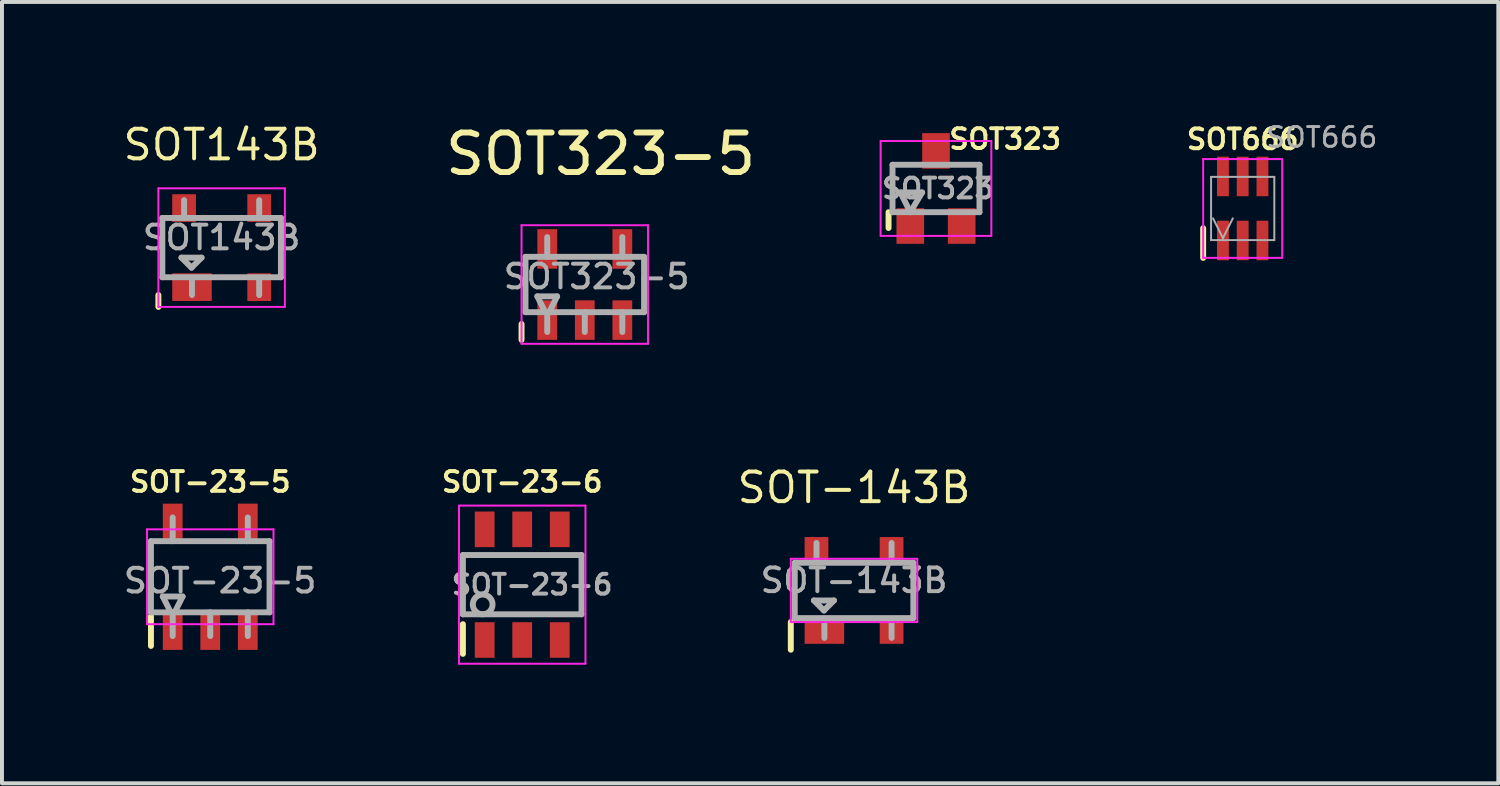
<source format=kicad_pcb>
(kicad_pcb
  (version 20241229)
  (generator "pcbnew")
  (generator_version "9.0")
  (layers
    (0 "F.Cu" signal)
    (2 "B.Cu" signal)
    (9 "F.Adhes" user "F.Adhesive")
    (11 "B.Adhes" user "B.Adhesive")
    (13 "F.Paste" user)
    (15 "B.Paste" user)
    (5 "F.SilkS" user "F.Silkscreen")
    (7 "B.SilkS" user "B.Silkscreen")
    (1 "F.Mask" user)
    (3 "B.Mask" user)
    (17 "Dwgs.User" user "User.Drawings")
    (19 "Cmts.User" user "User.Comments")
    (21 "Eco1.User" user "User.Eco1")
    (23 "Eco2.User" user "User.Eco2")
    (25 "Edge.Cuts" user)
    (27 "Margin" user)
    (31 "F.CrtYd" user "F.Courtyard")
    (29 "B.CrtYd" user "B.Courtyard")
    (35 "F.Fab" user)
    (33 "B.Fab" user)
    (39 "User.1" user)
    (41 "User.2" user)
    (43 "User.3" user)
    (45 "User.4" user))
  (footprint "SOT-23-6"
    (layer "F.Cu")
    (at 10.161 11.741)
    (property "Reference" "SOT-23-6" (at 0 -2.6 0) (layer "F.SilkS") (effects (font (size 0.5 0.5) (thickness 0.1))))
    (attr smd)
    (fp_line (start -1.5 1) (end -1.5 1.75) (stroke (width 0.15) (type solid)) (layer "F.SilkS"))
    (fp_line (start -1.6 -2) (end -1.6 2) (stroke (width 0.05) (type solid)) (layer "F.CrtYd"))
    (fp_line (start -1.6 -2) (end 1.6 -2) (stroke (width 0.05) (type solid)) (layer "F.CrtYd"))
    (fp_line (start -1.6 2) (end 1.6 2) (stroke (width 0.05) (type solid)) (layer "F.CrtYd"))
    (fp_line (start 1.6 -2) (end 1.6 2) (stroke (width 0.05) (type solid)) (layer "F.CrtYd"))
    (fp_line (start -1.5 -0.75) (end -1.5 0.75) (stroke (width 0.15) (type solid)) (layer "F.Fab"))
    (fp_line (start -1.5 0.75) (end 1.5 0.75) (stroke (width 0.15) (type solid)) (layer "F.Fab"))
    (fp_line (start 1.5 -0.75) (end -1.5 -0.75) (stroke (width 0.15) (type solid)) (layer "F.Fab"))
    (fp_line (start 1.5 0.75) (end 1.5 -0.75) (stroke (width 0.15) (type solid)) (layer "F.Fab"))
    (fp_circle (center -1 0.5) (end -1 0.25) (stroke (width 0.15) (type solid)) (fill no) (layer "F.Fab"))
    (fp_text user "${REFERENCE}" (at 0.25 0 0) (layer "F.Fab") (effects (font (size 0.5 0.5) (thickness 0.1))))
    (pad "1" smd rect (at -0.95 1.4) (size 0.5 0.9) (layers "F.Cu" "F.Mask" "F.Paste"))
    (pad "2" smd rect (at 0 1.4) (size 0.5 0.9) (layers "F.Cu" "F.Mask" "F.Paste"))
    (pad "3" smd rect (at 0.95 1.4) (size 0.5 0.9) (layers "F.Cu" "F.Mask" "F.Paste"))
    (pad "4" smd rect (at 0.95 -1.4) (size 0.5 0.9) (layers "F.Cu" "F.Mask" "F.Paste"))
    (pad "5" smd rect (at 0 -1.4) (size 0.5 0.9) (layers "F.Cu" "F.Mask" "F.Paste"))
    (pad "6" smd rect (at -0.95 -1.4) (size 0.5 0.9) (layers "F.Cu" "F.Mask" "F.Paste")))
  (footprint "SOT323-5"
    (layer "F.Cu")
    (at 11.744 4.148)
    (property "Reference" "SOT323-5" (at 0.4 -3.3 180) (layer "F.SilkS") (effects (font (size 1 1) (thickness 0.15))))
    (attr smd)
    (fp_line (start -1.6 1) (end -1.6 1.4) (stroke (width 0.15) (type solid)) (layer "F.SilkS"))
    (fp_line (start -1.6 -1.5) (end -1.6 1.5) (stroke (width 0.05) (type solid)) (layer "F.CrtYd"))
    (fp_line (start -1.6 -1.5) (end 1.6 -1.5) (stroke (width 0.05) (type solid)) (layer "F.CrtYd"))
    (fp_line (start -1.6 1.5) (end 1.6 1.5) (stroke (width 0.05) (type solid)) (layer "F.CrtYd"))
    (fp_line (start 1.6 -1.5) (end 1.6 1.5) (stroke (width 0.05) (type solid)) (layer "F.CrtYd"))
    (fp_line (start -1.5 -0.7) (end -1.5 0.7) (stroke (width 0.15) (type solid)) (layer "F.Fab"))
    (fp_line (start -1.5 0.7) (end 1.5 0.7) (stroke (width 0.15) (type solid)) (layer "F.Fab"))
    (fp_line (start -1.2 0.3) (end -0.7 0.3) (stroke (width 0.15) (type solid)) (layer "F.Fab"))
    (fp_line (start -1 0.7) (end -1.2 0.3) (stroke (width 0.15) (type solid)) (layer "F.Fab"))
    (fp_line (start -0.95 -1.2) (end -0.95 -0.7) (stroke (width 0.15) (type solid)) (layer "F.Fab"))
    (fp_line (start -0.95 1.2) (end -0.95 0.7) (stroke (width 0.15) (type solid)) (layer "F.Fab"))
    (fp_line (start -0.7 0.3) (end -0.9 0.7) (stroke (width 0.15) (type solid)) (layer "F.Fab"))
    (fp_line (start 0 1.2) (end 0 0.7) (stroke (width 0.15) (type solid)) (layer "F.Fab"))
    (fp_line (start 0.95 -1.2) (end 0.95 -0.7) (stroke (width 0.15) (type solid)) (layer "F.Fab"))
    (fp_line (start 0.95 1.2) (end 0.95 0.7) (stroke (width 0.15) (type solid)) (layer "F.Fab"))
    (fp_line (start 1.5 -0.7) (end -1.5 -0.7) (stroke (width 0.15) (type solid)) (layer "F.Fab"))
    (fp_line (start 1.5 0.7) (end 1.5 -0.7) (stroke (width 0.15) (type solid)) (layer "F.Fab"))
    (fp_text user "${REFERENCE}" (at 0.3 -0.2 0) (layer "F.Fab") (effects (font (size 0.6 0.6) (thickness 0.1))))
    (pad "1" smd rect (at -0.95 0.9) (size 0.5 1) (layers "F.Cu" "F.Mask" "F.Paste"))
    (pad "2" smd rect (at 0 0.9) (size 0.5 1) (layers "F.Cu" "F.Mask" "F.Paste"))
    (pad "3" smd rect (at 0.95 0.9) (size 0.5 1) (layers "F.Cu" "F.Mask" "F.Paste"))
    (pad "4" smd rect (at 0.95 -0.9) (size 0.5 1) (layers "F.Cu" "F.Mask" "F.Paste"))
    (pad "5" smd rect (at -0.95 -0.9) (size 0.5 1) (layers "F.Cu" "F.Mask" "F.Paste")))
  (footprint "SOT-143B"
    (layer "F.Cu")
    (at 18.556 11.887)
    (property "Reference" "SOT-143B" (at 0 -2.6 0) (layer "F.SilkS") (effects (font (size 0.75 0.75) (thickness 0.1))))
    (attr smd)
    (fp_line (start -1.6 0.8) (end -1.6 1.5) (stroke (width 0.15) (type solid)) (layer "F.SilkS"))
    (fp_line (start -1.6 -0.8) (end -1.6 0.8) (stroke (width 0.05) (type solid)) (layer "F.CrtYd"))
    (fp_line (start -1.6 -0.8) (end 1.6 -0.8) (stroke (width 0.05) (type solid)) (layer "F.CrtYd"))
    (fp_line (start -1.6 0.8) (end 1.6 0.8) (stroke (width 0.05) (type solid)) (layer "F.CrtYd"))
    (fp_line (start 1.6 -0.8) (end 1.6 0.8) (stroke (width 0.05) (type solid)) (layer "F.CrtYd"))
    (fp_line (start -1.5 -0.7) (end -1.5 0.7) (stroke (width 0.15) (type solid)) (layer "F.Fab"))
    (fp_line (start -1.5 0.7) (end 1.5 0.7) (stroke (width 0.15) (type solid)) (layer "F.Fab"))
    (fp_line (start -1.016 0.254) (end -0.762 0.508) (stroke (width 0.15) (type solid)) (layer "F.Fab"))
    (fp_line (start -0.95 -1.2) (end -0.95 -0.762) (stroke (width 0.15) (type solid)) (layer "F.Fab"))
    (fp_line (start -0.762 0.508) (end -0.508 0.254) (stroke (width 0.15) (type solid)) (layer "F.Fab"))
    (fp_line (start -0.75 1.2) (end -0.75 0.762) (stroke (width 0.15) (type solid)) (layer "F.Fab"))
    (fp_line (start -0.508 0.254) (end -1.016 0.254) (stroke (width 0.15) (type solid)) (layer "F.Fab"))
    (fp_line (start 0.95 -1.2) (end 0.95 -0.762) (stroke (width 0.15) (type solid)) (layer "F.Fab"))
    (fp_line (start 0.95 1.2) (end 0.95 0.762) (stroke (width 0.15) (type solid)) (layer "F.Fab"))
    (fp_line (start 1.5 -0.7) (end -1.5 -0.7) (stroke (width 0.15) (type solid)) (layer "F.Fab"))
    (fp_line (start 1.5 0.7) (end 1.5 -0.7) (stroke (width 0.15) (type solid)) (layer "F.Fab"))
    (fp_text user "${REFERENCE}" (at 0 -0.254 0) (layer "F.Fab") (effects (font (size 0.6 0.6) (thickness 0.1))))
    (pad "1" smd rect (at -0.75 1) (size 1 0.7) (layers "F.Cu" "F.Mask" "F.Paste"))
    (pad "2" smd rect (at 0.95 1) (size 0.6 0.7) (layers "F.Cu" "F.Mask" "F.Paste"))
    (pad "3" smd rect (at 0.95 -1) (size 0.6 0.7) (layers "F.Cu" "F.Mask" "F.Paste"))
    (pad "4" smd rect (at -0.95 -1) (size 0.6 0.7) (layers "F.Cu" "F.Mask" "F.Paste")))
  (footprint "SOT666"
    (layer "F.Cu")
    (at 28.388 2.224)
    (property "Reference" "SOT666" (at 0 -1.75 0) (layer "F.SilkS") (effects (font (size 0.5 0.5) (thickness 0.1))))
    (attr smd)
    (fp_line (start -1 1.25) (end -1 0.5) (stroke (width 0.15) (type solid)) (layer "F.SilkS"))
    (fp_line (start -1 -1.25) (end 1 -1.25) (stroke (width 0.05) (type solid)) (layer "F.CrtYd"))
    (fp_line (start -1 1.25) (end -1 -1.25) (stroke (width 0.05) (type solid)) (layer "F.CrtYd"))
    (fp_line (start 1 -1.25) (end 1 1.25) (stroke (width 0.05) (type solid)) (layer "F.CrtYd"))
    (fp_line (start 1 1.25) (end -1 1.25) (stroke (width 0.05) (type solid)) (layer "F.CrtYd"))
    (fp_line (start -0.8 -0.8) (end 0.8 -0.8) (stroke (width 0.05) (type solid)) (layer "F.Fab"))
    (fp_line (start -0.8 0.8) (end -0.8 -0.8) (stroke (width 0.05) (type solid)) (layer "F.Fab"))
    (fp_line (start -0.75 0.25) (end -0.5 0.75) (stroke (width 0.05) (type solid)) (layer "F.Fab"))
    (fp_line (start -0.5 0.75) (end -0.25 0.25) (stroke (width 0.05) (type solid)) (layer "F.Fab"))
    (fp_line (start 0.8 -0.8) (end 0.8 0.8) (stroke (width 0.05) (type solid)) (layer "F.Fab"))
    (fp_line (start 0.8 0.8) (end -0.8 0.8) (stroke (width 0.05) (type solid)) (layer "F.Fab"))
    (fp_text user "${REFERENCE}" (at 2 -1.8 0) (layer "F.Fab") (effects (font (size 0.5 0.5) (thickness 0.075))))
    (pad "1" smd rect (at -0.5 0.81) (size 0.3 1) (layers "F.Cu" "F.Mask" "F.Paste"))
    (pad "2" smd rect (at 0 0.81) (size 0.3 1) (layers "F.Cu" "F.Mask" "F.Paste"))
    (pad "3" smd rect (at 0.5 0.81) (size 0.3 1) (layers "F.Cu" "F.Mask" "F.Paste"))
    (pad "4" smd rect (at 0.5 -0.81) (size 0.3 1) (layers "F.Cu" "F.Mask" "F.Paste"))
    (pad "5" smd rect (at 0 -0.81) (size 0.3 1) (layers "F.Cu" "F.Mask" "F.Paste"))
    (pad "6" smd rect (at -0.5 -0.81) (size 0.3 1) (layers "F.Cu" "F.Mask" "F.Paste")))
  (footprint "SOT323"
    (layer "F.Cu")
    (at 20.629 1.718)
    (property "Reference" "SOT323" (at 1.75 -1.25 0) (layer "F.SilkS") (effects (font (size 0.5 0.5) (thickness 0.1))))
    (attr smd)
    (fp_line (start -1.2 0.6) (end -1.2 1) (stroke (width 0.15) (type solid)) (layer "F.SilkS"))
    (fp_line (start -1.4 -1.2) (end -1.4 1.2) (stroke (width 0.05) (type solid)) (layer "F.CrtYd"))
    (fp_line (start -1.4 -1.2) (end 1.4 -1.2) (stroke (width 0.05) (type solid)) (layer "F.CrtYd"))
    (fp_line (start -1.4 1.2) (end 1.4 1.2) (stroke (width 0.05) (type solid)) (layer "F.CrtYd"))
    (fp_line (start 1.4 -1.2) (end 1.4 1.2) (stroke (width 0.05) (type solid)) (layer "F.CrtYd"))
    (fp_line (start -1.1 -0.6) (end -1.1 0.6) (stroke (width 0.15) (type solid)) (layer "F.Fab"))
    (fp_line (start -1.1 0.6) (end 1.1 0.6) (stroke (width 0.15) (type solid)) (layer "F.Fab"))
    (fp_line (start -0.9 0.1) (end -0.35 0.1) (stroke (width 0.15) (type solid)) (layer "F.Fab"))
    (fp_line (start -0.65 0.6) (end -0.9 0.1) (stroke (width 0.15) (type solid)) (layer "F.Fab"))
    (fp_line (start -0.35 0.1) (end -0.65 0.6) (stroke (width 0.15) (type solid)) (layer "F.Fab"))
    (fp_line (start 1.1 -0.6) (end -1.1 -0.6) (stroke (width 0.15) (type solid)) (layer "F.Fab"))
    (fp_line (start 1.1 0.6) (end 1.1 -0.6) (stroke (width 0.15) (type solid)) (layer "F.Fab"))
    (fp_text user "${REFERENCE}" (at 0.05 0 0) (layer "F.Fab") (effects (font (size 0.5 0.5) (thickness 0.1))))
    (pad "1" smd rect (at -0.65 0.95) (size 0.7 0.9) (layers "F.Cu" "F.Mask" "F.Paste"))
    (pad "2" smd rect (at 0.65 0.95) (size 0.7 0.9) (layers "F.Cu" "F.Mask" "F.Paste"))
    (pad "3" smd rect (at 0 -0.95) (size 0.7 0.9) (layers "F.Cu" "F.Mask" "F.Paste")))
  (footprint "SOT-23-5"
    (layer "F.Cu")
    (at 2.269 11.541)
    (property "Reference" "SOT-23-5" (at 0 -2.4 0) (layer "F.SilkS") (effects (font (size 0.5 0.5) (thickness 0.1))))
    (attr smd)
    (fp_line (start -1.5 1) (end -1.5 1.75) (stroke (width 0.15) (type solid)) (layer "F.SilkS"))
    (fp_line (start -1.6 -1.2) (end -1.6 1.2) (stroke (width 0.05) (type solid)) (layer "F.CrtYd"))
    (fp_line (start -1.6 -1.2) (end 1.6 -1.2) (stroke (width 0.05) (type solid)) (layer "F.CrtYd"))
    (fp_line (start -1.6 1.2) (end 1.6 1.2) (stroke (width 0.05) (type solid)) (layer "F.CrtYd"))
    (fp_line (start 1.6 -1.2) (end 1.6 1.2) (stroke (width 0.05) (type solid)) (layer "F.CrtYd"))
    (fp_line (start -1.5 -0.9) (end -1.5 0.9) (stroke (width 0.15) (type solid)) (layer "F.Fab"))
    (fp_line (start -1.5 0.9) (end 1.5 0.9) (stroke (width 0.15) (type solid)) (layer "F.Fab"))
    (fp_line (start -1.2 0.5) (end -0.7 0.5) (stroke (width 0.15) (type solid)) (layer "F.Fab"))
    (fp_line (start -1 0.9) (end -1.2 0.5) (stroke (width 0.15) (type solid)) (layer "F.Fab"))
    (fp_line (start -0.95 -1.5) (end -0.95 -0.9) (stroke (width 0.15) (type solid)) (layer "F.Fab"))
    (fp_line (start -0.95 1.5) (end -0.95 0.9) (stroke (width 0.15) (type solid)) (layer "F.Fab"))
    (fp_line (start -0.7 0.5) (end -0.9 0.9) (stroke (width 0.15) (type solid)) (layer "F.Fab"))
    (fp_line (start 0 1.5) (end 0 0.9) (stroke (width 0.15) (type solid)) (layer "F.Fab"))
    (fp_line (start 0.95 -1.5) (end 0.95 -0.9) (stroke (width 0.15) (type solid)) (layer "F.Fab"))
    (fp_line (start 0.95 1.5) (end 0.95 0.9) (stroke (width 0.15) (type solid)) (layer "F.Fab"))
    (fp_line (start 1.5 -0.9) (end -1.5 -0.9) (stroke (width 0.15) (type solid)) (layer "F.Fab"))
    (fp_line (start 1.5 0.9) (end 1.5 -0.9) (stroke (width 0.15) (type solid)) (layer "F.Fab"))
    (fp_text user "${REFERENCE}" (at 0.25 0.1 0) (layer "F.Fab") (effects (font (size 0.6 0.6) (thickness 0.1))))
    (pad "1" smd rect (at -0.95 1.4) (size 0.5 0.9) (layers "F.Cu" "F.Mask" "F.Paste"))
    (pad "2" smd rect (at 0 1.4) (size 0.5 0.9) (layers "F.Cu" "F.Mask" "F.Paste"))
    (pad "3" smd rect (at 0.95 1.4) (size 0.5 0.9) (layers "F.Cu" "F.Mask" "F.Paste"))
    (pad "4" smd rect (at 0.95 -1.4) (size 0.5 0.9) (layers "F.Cu" "F.Mask" "F.Paste"))
    (pad "5" smd rect (at -0.95 -1.4) (size 0.5 0.9) (layers "F.Cu" "F.Mask" "F.Paste")))
  (footprint "SOT143B"
    (layer "F.Cu")
    (at 2.557 3.214)
    (property "Reference" "SOT143B" (at 0 -2.6 0) (layer "F.SilkS") (effects (font (size 0.75 0.75) (thickness 0.1))))
    (attr smd)
    (fp_line (start -1.6 1.2) (end -1.6 1.5) (stroke (width 0.15) (type solid)) (layer "F.SilkS"))
    (fp_line (start -1.6 -1.5) (end -1.6 1.5) (stroke (width 0.05) (type solid)) (layer "F.CrtYd"))
    (fp_line (start -1.6 -1.5) (end 1.6 -1.5) (stroke (width 0.05) (type solid)) (layer "F.CrtYd"))
    (fp_line (start -1.6 1.5) (end 1.6 1.5) (stroke (width 0.05) (type solid)) (layer "F.CrtYd"))
    (fp_line (start 1.6 -1.5) (end 1.6 1.5) (stroke (width 0.05) (type solid)) (layer "F.CrtYd"))
    (fp_line (start -1.5 -0.75) (end -1.5 0.75) (stroke (width 0.15) (type solid)) (layer "F.Fab"))
    (fp_line (start -1.5 0.75) (end 1.5 0.75) (stroke (width 0.15) (type solid)) (layer "F.Fab"))
    (fp_line (start -1.016 0.254) (end -0.762 0.508) (stroke (width 0.15) (type solid)) (layer "F.Fab"))
    (fp_line (start -0.95 -1.2) (end -0.95 -0.762) (stroke (width 0.15) (type solid)) (layer "F.Fab"))
    (fp_line (start -0.762 0.508) (end -0.508 0.254) (stroke (width 0.15) (type solid)) (layer "F.Fab"))
    (fp_line (start -0.75 1.2) (end -0.75 0.762) (stroke (width 0.15) (type solid)) (layer "F.Fab"))
    (fp_line (start -0.508 0.254) (end -1.016 0.254) (stroke (width 0.15) (type solid)) (layer "F.Fab"))
    (fp_line (start 0.95 -1.2) (end 0.95 -0.762) (stroke (width 0.15) (type solid)) (layer "F.Fab"))
    (fp_line (start 0.95 1.2) (end 0.95 0.762) (stroke (width 0.15) (type solid)) (layer "F.Fab"))
    (fp_line (start 1.5 -0.75) (end -1.5 -0.75) (stroke (width 0.15) (type solid)) (layer "F.Fab"))
    (fp_line (start 1.5 0.75) (end 1.5 -0.75) (stroke (width 0.15) (type solid)) (layer "F.Fab"))
    (fp_text user "${REFERENCE}" (at 0 -0.254 0) (layer "F.Fab") (effects (font (size 0.6 0.6) (thickness 0.1))))
    (pad "1" smd rect (at -0.75 1) (size 1 0.7) (layers "F.Cu" "F.Mask" "F.Paste"))
    (pad "2" smd rect (at 0.95 1) (size 0.6 0.7) (layers "F.Cu" "F.Mask" "F.Paste"))
    (pad "3" smd rect (at 0.95 -1) (size 0.6 0.7) (layers "F.Cu" "F.Mask" "F.Paste"))
    (pad "4" smd rect (at -0.95 -1) (size 0.6 0.7) (layers "F.Cu" "F.Mask" "F.Paste")))
  (gr_rect
    (start -3 -3)
    (end 34.855 16.766)
    (stroke (width 0.1) (type default))
    (fill no)
    (layer "Edge.Cuts")))
</source>
